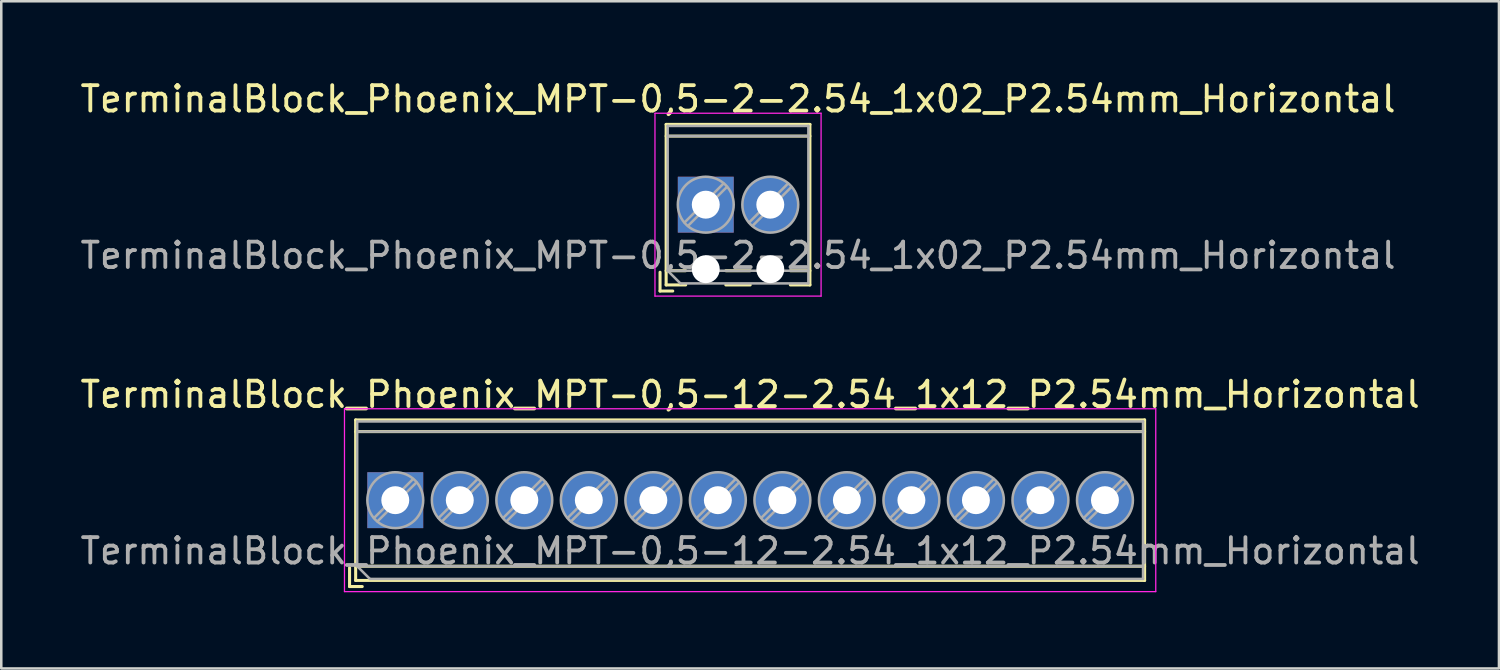
<source format=kicad_pcb>
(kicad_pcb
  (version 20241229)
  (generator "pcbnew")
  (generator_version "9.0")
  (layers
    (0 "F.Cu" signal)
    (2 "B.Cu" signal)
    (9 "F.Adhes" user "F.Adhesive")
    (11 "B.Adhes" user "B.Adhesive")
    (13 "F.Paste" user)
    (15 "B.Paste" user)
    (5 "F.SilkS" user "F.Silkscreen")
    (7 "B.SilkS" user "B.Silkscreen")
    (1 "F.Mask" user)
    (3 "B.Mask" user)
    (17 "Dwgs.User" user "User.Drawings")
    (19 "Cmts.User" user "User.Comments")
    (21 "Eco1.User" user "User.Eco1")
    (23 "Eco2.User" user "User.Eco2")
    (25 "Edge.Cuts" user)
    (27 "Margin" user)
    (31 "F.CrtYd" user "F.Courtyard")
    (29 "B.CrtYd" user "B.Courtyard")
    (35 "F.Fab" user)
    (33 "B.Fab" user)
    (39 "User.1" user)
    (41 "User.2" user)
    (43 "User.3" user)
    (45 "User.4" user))
  (footprint "TerminalBlock_Phoenix_MPT-0,5-2-2.54_1x02_P2.54mm_Horizontal"
    (layer "F.Cu")
    (at 24.736 5.008)
    (property "Reference" "TerminalBlock_Phoenix_MPT-0,5-2-2.54_1x02_P2.54mm_Horizontal" (at 1.27 -4.16 0) (layer "F.SilkS") (effects (font (size 1 1) (thickness 0.15))))
    (attr through_hole)
    (fp_line (start -1.8 2.66) (end -1.8 3.4) (stroke (width 0.12) (type solid)) (layer "F.SilkS"))
    (fp_line (start -1.8 3.4) (end -1.3 3.4) (stroke (width 0.12) (type solid)) (layer "F.SilkS"))
    (fp_line (start -1.56 -3.16) (end -1.56 3.16) (stroke (width 0.12) (type solid)) (layer "F.SilkS"))
    (fp_line (start -1.56 -3.16) (end 4.1 -3.16) (stroke (width 0.12) (type solid)) (layer "F.SilkS"))
    (fp_line (start -1.56 -2.7) (end 4.1 -2.7) (stroke (width 0.12) (type solid)) (layer "F.SilkS"))
    (fp_line (start -1.56 2.6) (end -0.79 2.6) (stroke (width 0.12) (type solid)) (layer "F.SilkS"))
    (fp_line (start -1.56 3.16) (end -0.79 3.16) (stroke (width 0.12) (type solid)) (layer "F.SilkS"))
    (fp_line (start 0.79 2.6) (end 1.75 2.6) (stroke (width 0.12) (type solid)) (layer "F.SilkS"))
    (fp_line (start 0.79 3.16) (end 1.75 3.16) (stroke (width 0.12) (type solid)) (layer "F.SilkS"))
    (fp_line (start 3.33 2.6) (end 4.1 2.6) (stroke (width 0.12) (type solid)) (layer "F.SilkS"))
    (fp_line (start 3.33 3.16) (end 4.1 3.16) (stroke (width 0.12) (type solid)) (layer "F.SilkS"))
    (fp_line (start 4.1 -3.16) (end 4.1 3.16) (stroke (width 0.12) (type solid)) (layer "F.SilkS"))
    (fp_line (start -2 -3.6) (end -2 3.6) (stroke (width 0.05) (type solid)) (layer "F.CrtYd"))
    (fp_line (start -2 3.6) (end 4.54 3.6) (stroke (width 0.05) (type solid)) (layer "F.CrtYd"))
    (fp_line (start 4.54 -3.6) (end -2 -3.6) (stroke (width 0.05) (type solid)) (layer "F.CrtYd"))
    (fp_line (start 4.54 3.6) (end 4.54 -3.6) (stroke (width 0.05) (type solid)) (layer "F.CrtYd"))
    (fp_line (start -1.5 -3.1) (end 4.04 -3.1) (stroke (width 0.1) (type solid)) (layer "F.Fab"))
    (fp_line (start -1.5 -2.7) (end 4.04 -2.7) (stroke (width 0.1) (type solid)) (layer "F.Fab"))
    (fp_line (start -1.5 2.6) (end -1.5 -3.1) (stroke (width 0.1) (type solid)) (layer "F.Fab"))
    (fp_line (start -1.5 2.6) (end 4.04 2.6) (stroke (width 0.1) (type solid)) (layer "F.Fab"))
    (fp_line (start -1 3.1) (end -1.5 2.6) (stroke (width 0.1) (type solid)) (layer "F.Fab"))
    (fp_line (start 0.701 -0.835) (end -0.835 0.7) (stroke (width 0.1) (type solid)) (layer "F.Fab"))
    (fp_line (start 0.835 -0.7) (end -0.701 0.835) (stroke (width 0.1) (type solid)) (layer "F.Fab"))
    (fp_line (start 3.241 -0.835) (end 1.706 0.7) (stroke (width 0.1) (type solid)) (layer "F.Fab"))
    (fp_line (start 3.375 -0.7) (end 1.84 0.835) (stroke (width 0.1) (type solid)) (layer "F.Fab"))
    (fp_line (start 4.04 -3.1) (end 4.04 3.1) (stroke (width 0.1) (type solid)) (layer "F.Fab"))
    (fp_line (start 4.04 3.1) (end -1 3.1) (stroke (width 0.1) (type solid)) (layer "F.Fab"))
    (fp_circle (center 0 0) (end 1.1 0) (stroke (width 0.1) (type solid)) (fill no) (layer "F.Fab"))
    (fp_circle (center 2.54 0) (end 3.64 0) (stroke (width 0.1) (type solid)) (fill no) (layer "F.Fab"))
    (fp_text user "${REFERENCE}" (at 1.27 2 0) (layer "F.Fab") (effects (font (size 1 1) (thickness 0.15))))
    (pad "" np_thru_hole circle (at 0 2.54) (size 1.1 1.1) (drill 1.1) (layers "*.Cu" "*.Mask"))
    (pad "" np_thru_hole circle (at 2.54 2.54) (size 1.1 1.1) (drill 1.1) (layers "*.Cu" "*.Mask"))
    (pad "1" thru_hole rect (at 0 0) (size 2.2 2.2) (drill 1.1) (layers "*.Cu" "*.Mask"))
    (pad "2" thru_hole circle (at 2.54 0) (size 2.2 2.2) (drill 1.1) (layers "*.Cu" "*.Mask")))
  (footprint "TerminalBlock_Phoenix_MPT-0,5-12-2.54_1x12_P2.54mm_Horizontal"
    (layer "F.Cu")
    (at 12.512 16.642)
    (property "Reference" "TerminalBlock_Phoenix_MPT-0,5-12-2.54_1x12_P2.54mm_Horizontal" (at 13.97 -4.16 0) (layer "F.SilkS") (effects (font (size 1 1) (thickness 0.15))))
    (attr through_hole)
    (fp_line (start -1.8 2.66) (end -1.8 3.4) (stroke (width 0.12) (type solid)) (layer "F.SilkS"))
    (fp_line (start -1.8 3.4) (end -1.3 3.4) (stroke (width 0.12) (type solid)) (layer "F.SilkS"))
    (fp_line (start -1.56 -3.16) (end -1.56 3.16) (stroke (width 0.12) (type solid)) (layer "F.SilkS"))
    (fp_line (start -1.56 -3.16) (end 29.501 -3.16) (stroke (width 0.12) (type solid)) (layer "F.SilkS"))
    (fp_line (start -1.56 -2.7) (end 29.501 -2.7) (stroke (width 0.12) (type solid)) (layer "F.SilkS"))
    (fp_line (start -1.56 2.6) (end 29.501 2.6) (stroke (width 0.12) (type solid)) (layer "F.SilkS"))
    (fp_line (start -1.56 3.16) (end 29.501 3.16) (stroke (width 0.12) (type solid)) (layer "F.SilkS"))
    (fp_line (start 29.501 -3.16) (end 29.501 3.16) (stroke (width 0.12) (type solid)) (layer "F.SilkS"))
    (fp_line (start -2 -3.6) (end -2 3.6) (stroke (width 0.05) (type solid)) (layer "F.CrtYd"))
    (fp_line (start -2 3.6) (end 29.94 3.6) (stroke (width 0.05) (type solid)) (layer "F.CrtYd"))
    (fp_line (start 29.94 -3.6) (end -2 -3.6) (stroke (width 0.05) (type solid)) (layer "F.CrtYd"))
    (fp_line (start 29.94 3.6) (end 29.94 -3.6) (stroke (width 0.05) (type solid)) (layer "F.CrtYd"))
    (fp_line (start -1.5 -3.1) (end 29.44 -3.1) (stroke (width 0.1) (type solid)) (layer "F.Fab"))
    (fp_line (start -1.5 -2.7) (end 29.44 -2.7) (stroke (width 0.1) (type solid)) (layer "F.Fab"))
    (fp_line (start -1.5 2.6) (end -1.5 -3.1) (stroke (width 0.1) (type solid)) (layer "F.Fab"))
    (fp_line (start -1.5 2.6) (end 29.44 2.6) (stroke (width 0.1) (type solid)) (layer "F.Fab"))
    (fp_line (start -1 3.1) (end -1.5 2.6) (stroke (width 0.1) (type solid)) (layer "F.Fab"))
    (fp_line (start 0.701 -0.835) (end -0.835 0.7) (stroke (width 0.1) (type solid)) (layer "F.Fab"))
    (fp_line (start 0.835 -0.7) (end -0.701 0.835) (stroke (width 0.1) (type solid)) (layer "F.Fab"))
    (fp_line (start 3.241 -0.835) (end 1.706 0.7) (stroke (width 0.1) (type solid)) (layer "F.Fab"))
    (fp_line (start 3.375 -0.7) (end 1.84 0.835) (stroke (width 0.1) (type solid)) (layer "F.Fab"))
    (fp_line (start 5.781 -0.835) (end 4.246 0.7) (stroke (width 0.1) (type solid)) (layer "F.Fab"))
    (fp_line (start 5.915 -0.7) (end 4.38 0.835) (stroke (width 0.1) (type solid)) (layer "F.Fab"))
    (fp_line (start 8.321 -0.835) (end 6.786 0.7) (stroke (width 0.1) (type solid)) (layer "F.Fab"))
    (fp_line (start 8.455 -0.7) (end 6.92 0.835) (stroke (width 0.1) (type solid)) (layer "F.Fab"))
    (fp_line (start 10.861 -0.835) (end 9.326 0.7) (stroke (width 0.1) (type solid)) (layer "F.Fab"))
    (fp_line (start 10.995 -0.7) (end 9.46 0.835) (stroke (width 0.1) (type solid)) (layer "F.Fab"))
    (fp_line (start 13.401 -0.835) (end 11.866 0.7) (stroke (width 0.1) (type solid)) (layer "F.Fab"))
    (fp_line (start 13.535 -0.7) (end 12 0.835) (stroke (width 0.1) (type solid)) (layer "F.Fab"))
    (fp_line (start 15.941 -0.835) (end 14.406 0.7) (stroke (width 0.1) (type solid)) (layer "F.Fab"))
    (fp_line (start 16.075 -0.7) (end 14.54 0.835) (stroke (width 0.1) (type solid)) (layer "F.Fab"))
    (fp_line (start 18.481 -0.835) (end 16.946 0.7) (stroke (width 0.1) (type solid)) (layer "F.Fab"))
    (fp_line (start 18.615 -0.7) (end 17.08 0.835) (stroke (width 0.1) (type solid)) (layer "F.Fab"))
    (fp_line (start 21.021 -0.835) (end 19.486 0.7) (stroke (width 0.1) (type solid)) (layer "F.Fab"))
    (fp_line (start 21.155 -0.7) (end 19.62 0.835) (stroke (width 0.1) (type solid)) (layer "F.Fab"))
    (fp_line (start 23.561 -0.835) (end 22.026 0.7) (stroke (width 0.1) (type solid)) (layer "F.Fab"))
    (fp_line (start 23.695 -0.7) (end 22.16 0.835) (stroke (width 0.1) (type solid)) (layer "F.Fab"))
    (fp_line (start 26.101 -0.835) (end 24.566 0.7) (stroke (width 0.1) (type solid)) (layer "F.Fab"))
    (fp_line (start 26.235 -0.7) (end 24.7 0.835) (stroke (width 0.1) (type solid)) (layer "F.Fab"))
    (fp_line (start 28.641 -0.835) (end 27.106 0.7) (stroke (width 0.1) (type solid)) (layer "F.Fab"))
    (fp_line (start 28.775 -0.7) (end 27.24 0.835) (stroke (width 0.1) (type solid)) (layer "F.Fab"))
    (fp_line (start 29.44 -3.1) (end 29.44 3.1) (stroke (width 0.1) (type solid)) (layer "F.Fab"))
    (fp_line (start 29.44 3.1) (end -1 3.1) (stroke (width 0.1) (type solid)) (layer "F.Fab"))
    (fp_circle (center 0 0) (end 1.1 0) (stroke (width 0.1) (type solid)) (fill no) (layer "F.Fab"))
    (fp_circle (center 2.54 0) (end 3.64 0) (stroke (width 0.1) (type solid)) (fill no) (layer "F.Fab"))
    (fp_circle (center 5.08 0) (end 6.18 0) (stroke (width 0.1) (type solid)) (fill no) (layer "F.Fab"))
    (fp_circle (center 7.62 0) (end 8.72 0) (stroke (width 0.1) (type solid)) (fill no) (layer "F.Fab"))
    (fp_circle (center 10.16 0) (end 11.26 0) (stroke (width 0.1) (type solid)) (fill no) (layer "F.Fab"))
    (fp_circle (center 12.7 0) (end 13.8 0) (stroke (width 0.1) (type solid)) (fill no) (layer "F.Fab"))
    (fp_circle (center 15.24 0) (end 16.34 0) (stroke (width 0.1) (type solid)) (fill no) (layer "F.Fab"))
    (fp_circle (center 17.78 0) (end 18.88 0) (stroke (width 0.1) (type solid)) (fill no) (layer "F.Fab"))
    (fp_circle (center 20.32 0) (end 21.42 0) (stroke (width 0.1) (type solid)) (fill no) (layer "F.Fab"))
    (fp_circle (center 22.86 0) (end 23.96 0) (stroke (width 0.1) (type solid)) (fill no) (layer "F.Fab"))
    (fp_circle (center 25.4 0) (end 26.5 0) (stroke (width 0.1) (type solid)) (fill no) (layer "F.Fab"))
    (fp_circle (center 27.94 0) (end 29.04 0) (stroke (width 0.1) (type solid)) (fill no) (layer "F.Fab"))
    (fp_text user "${REFERENCE}" (at 13.97 2 0) (layer "F.Fab") (effects (font (size 1 1) (thickness 0.15))))
    (pad "1" thru_hole rect (at 0 0) (size 2.2 2.2) (drill 1.1) (layers "*.Cu" "*.Mask"))
    (pad "2" thru_hole circle (at 2.54 0) (size 2.2 2.2) (drill 1.1) (layers "*.Cu" "*.Mask"))
    (pad "3" thru_hole circle (at 5.08 0) (size 2.2 2.2) (drill 1.1) (layers "*.Cu" "*.Mask"))
    (pad "4" thru_hole circle (at 7.62 0) (size 2.2 2.2) (drill 1.1) (layers "*.Cu" "*.Mask"))
    (pad "5" thru_hole circle (at 10.16 0) (size 2.2 2.2) (drill 1.1) (layers "*.Cu" "*.Mask"))
    (pad "6" thru_hole circle (at 12.7 0) (size 2.2 2.2) (drill 1.1) (layers "*.Cu" "*.Mask"))
    (pad "7" thru_hole circle (at 15.24 0) (size 2.2 2.2) (drill 1.1) (layers "*.Cu" "*.Mask"))
    (pad "8" thru_hole circle (at 17.78 0) (size 2.2 2.2) (drill 1.1) (layers "*.Cu" "*.Mask"))
    (pad "9" thru_hole circle (at 20.32 0) (size 2.2 2.2) (drill 1.1) (layers "*.Cu" "*.Mask"))
    (pad "10" thru_hole circle (at 22.86 0) (size 2.2 2.2) (drill 1.1) (layers "*.Cu" "*.Mask"))
    (pad "11" thru_hole circle (at 25.4 0) (size 2.2 2.2) (drill 1.1) (layers "*.Cu" "*.Mask"))
    (pad "12" thru_hole circle (at 27.94 0) (size 2.2 2.2) (drill 1.1) (layers "*.Cu" "*.Mask")))
  (gr_rect
    (start -3 -3)
    (end 55.964 23.267)
    (stroke (width 0.1) (type default))
    (fill no)
    (layer "Edge.Cuts")))
</source>
